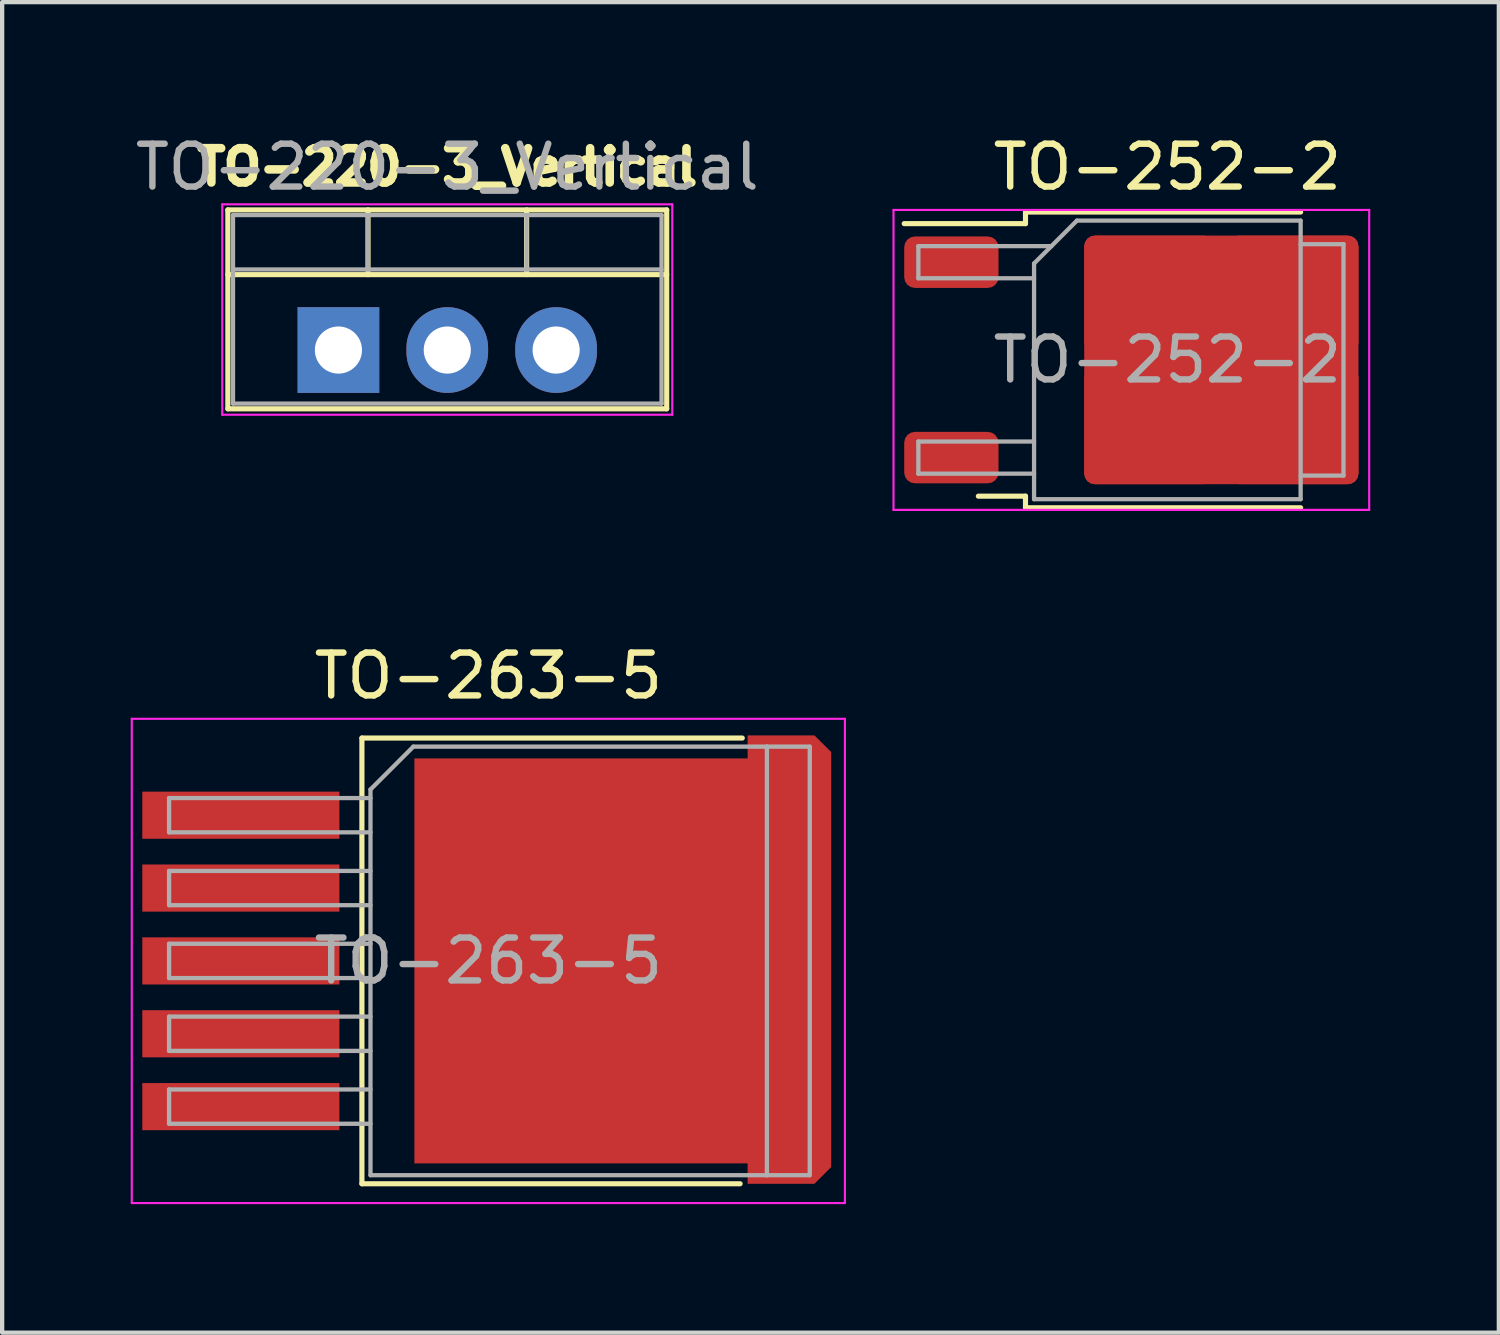
<source format=kicad_pcb>
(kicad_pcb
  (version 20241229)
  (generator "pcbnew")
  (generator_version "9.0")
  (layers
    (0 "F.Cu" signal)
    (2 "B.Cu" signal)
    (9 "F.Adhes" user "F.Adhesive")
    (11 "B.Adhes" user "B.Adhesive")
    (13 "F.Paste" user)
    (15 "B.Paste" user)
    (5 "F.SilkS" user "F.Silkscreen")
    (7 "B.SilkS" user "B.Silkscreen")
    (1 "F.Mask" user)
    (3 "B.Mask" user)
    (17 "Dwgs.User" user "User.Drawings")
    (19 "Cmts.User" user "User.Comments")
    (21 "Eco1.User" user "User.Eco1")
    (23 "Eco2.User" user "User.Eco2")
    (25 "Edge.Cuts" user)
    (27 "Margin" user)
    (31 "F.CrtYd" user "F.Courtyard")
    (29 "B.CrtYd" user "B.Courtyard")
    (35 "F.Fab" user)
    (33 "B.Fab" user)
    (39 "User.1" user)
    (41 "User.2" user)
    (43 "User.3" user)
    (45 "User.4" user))
  (footprint "TO-263-5"
    (layer "F.Cu")
    (at 8.345 19.372)
    (property "Reference" "TO-263-5" (at 0 -6.65 0) (layer "F.SilkS") (effects (font (size 1 1) (thickness 0.15))))
    (attr smd)
    (fp_line (start -2.95 -5.2) (end -2.95 5.2) (stroke (width 0.12) (type solid)) (layer "F.SilkS"))
    (fp_line (start 5.875 5.2) (end -2.95 5.2) (stroke (width 0.12) (type solid)) (layer "F.SilkS"))
    (fp_line (start 5.925 -5.2) (end -2.95 -5.2) (stroke (width 0.12) (type solid)) (layer "F.SilkS"))
    (fp_line (start -8.32 -5.65) (end -8.32 5.65) (stroke (width 0.05) (type solid)) (layer "F.CrtYd"))
    (fp_line (start -8.32 5.65) (end 8.32 5.65) (stroke (width 0.05) (type solid)) (layer "F.CrtYd"))
    (fp_line (start 8.32 -5.65) (end -8.32 -5.65) (stroke (width 0.05) (type solid)) (layer "F.CrtYd"))
    (fp_line (start 8.32 5.65) (end 8.32 -5.65) (stroke (width 0.05) (type solid)) (layer "F.CrtYd"))
    (fp_line (start -7.45 -3.8) (end -7.45 -3) (stroke (width 0.1) (type solid)) (layer "F.Fab"))
    (fp_line (start -7.45 -3) (end -2.75 -3) (stroke (width 0.1) (type solid)) (layer "F.Fab"))
    (fp_line (start -7.45 -2.1) (end -7.45 -1.3) (stroke (width 0.1) (type solid)) (layer "F.Fab"))
    (fp_line (start -7.45 -1.3) (end -2.75 -1.3) (stroke (width 0.1) (type solid)) (layer "F.Fab"))
    (fp_line (start -7.45 -0.4) (end -7.45 0.4) (stroke (width 0.1) (type solid)) (layer "F.Fab"))
    (fp_line (start -7.45 0.4) (end -2.75 0.4) (stroke (width 0.1) (type solid)) (layer "F.Fab"))
    (fp_line (start -7.45 1.3) (end -7.45 2.1) (stroke (width 0.1) (type solid)) (layer "F.Fab"))
    (fp_line (start -7.45 2.1) (end -2.75 2.1) (stroke (width 0.1) (type solid)) (layer "F.Fab"))
    (fp_line (start -7.45 3) (end -7.45 3.8) (stroke (width 0.1) (type solid)) (layer "F.Fab"))
    (fp_line (start -7.45 3.8) (end -2.75 3.8) (stroke (width 0.1) (type solid)) (layer "F.Fab"))
    (fp_line (start -2.75 -4) (end -1.75 -5) (stroke (width 0.1) (type solid)) (layer "F.Fab"))
    (fp_line (start -2.75 -3.8) (end -7.45 -3.8) (stroke (width 0.1) (type solid)) (layer "F.Fab"))
    (fp_line (start -2.75 -2.1) (end -7.45 -2.1) (stroke (width 0.1) (type solid)) (layer "F.Fab"))
    (fp_line (start -2.75 -0.4) (end -7.45 -0.4) (stroke (width 0.1) (type solid)) (layer "F.Fab"))
    (fp_line (start -2.75 1.3) (end -7.45 1.3) (stroke (width 0.1) (type solid)) (layer "F.Fab"))
    (fp_line (start -2.75 3) (end -7.45 3) (stroke (width 0.1) (type solid)) (layer "F.Fab"))
    (fp_line (start -2.75 5) (end -2.75 -4) (stroke (width 0.1) (type solid)) (layer "F.Fab"))
    (fp_line (start -1.75 -5) (end 6.5 -5) (stroke (width 0.1) (type solid)) (layer "F.Fab"))
    (fp_line (start 6.5 -5) (end 6.5 5) (stroke (width 0.1) (type solid)) (layer "F.Fab"))
    (fp_line (start 6.5 -5) (end 7.5 -5) (stroke (width 0.1) (type solid)) (layer "F.Fab"))
    (fp_line (start 6.5 5) (end -2.75 5) (stroke (width 0.1) (type solid)) (layer "F.Fab"))
    (fp_line (start 7.5 -5) (end 7.5 5) (stroke (width 0.1) (type solid)) (layer "F.Fab"))
    (fp_line (start 7.5 5) (end 6.5 5) (stroke (width 0.1) (type solid)) (layer "F.Fab"))
    (fp_text user "${REFERENCE}" (at 0 0 0) (layer "F.Fab") (effects (font (size 1 1) (thickness 0.15))))
    (pad "1" smd rect (at -5.775 -3.4) (size 4.6 1.1) (layers "F.Cu" "F.Mask" "F.Paste"))
    (pad "2" smd rect (at -5.775 -1.7) (size 4.6 1.1) (layers "F.Cu" "F.Mask" "F.Paste"))
    (pad "3" smd rect (at -5.775 0) (size 4.6 1.1) (layers "F.Cu" "F.Mask" "F.Paste"))
    (pad "3" smd rect (at 3.059 0) (size 9.569 9.45) (layers "F.Cu" "F.Mask"))
    (pad "3" smd roundrect (at 7.025 -0.031) (size 1.95 10.463) (layers "F.Cu" "F.Mask") (roundrect_rratio 0) (chamfer_ratio 0.2) (chamfer top_right bottom_right))
    (pad "4" smd rect (at -5.775 1.7) (size 4.6 1.1) (layers "F.Cu" "F.Mask" "F.Paste"))
    (pad "5" smd rect (at -5.775 3.4) (size 4.6 1.1) (layers "F.Cu" "F.Mask" "F.Paste")))
  (footprint "TO-220-3_Vertical"
    (layer "F.Cu")
    (at 4.847 5.118)
    (property "Reference" "TO-220-3_Vertical" (at 2.54 -4.27 180) (layer "F.SilkS") (effects (font (size 0.8 0.8) (thickness 0.3))))
    (attr through_hole)
    (fp_line (start -2.58 -3.27) (end -2.58 1.371) (stroke (width 0.12) (type solid)) (layer "F.SilkS"))
    (fp_line (start -2.58 -3.27) (end 7.66 -3.27) (stroke (width 0.12) (type solid)) (layer "F.SilkS"))
    (fp_line (start -2.58 -1.76) (end 7.66 -1.76) (stroke (width 0.12) (type solid)) (layer "F.SilkS"))
    (fp_line (start -2.58 1.371) (end 7.66 1.371) (stroke (width 0.12) (type solid)) (layer "F.SilkS"))
    (fp_line (start 0.69 -3.27) (end 0.69 -1.76) (stroke (width 0.12) (type solid)) (layer "F.SilkS"))
    (fp_line (start 4.391 -3.27) (end 4.391 -1.76) (stroke (width 0.12) (type solid)) (layer "F.SilkS"))
    (fp_line (start 7.66 -3.27) (end 7.66 1.371) (stroke (width 0.12) (type solid)) (layer "F.SilkS"))
    (fp_line (start -2.71 -3.4) (end -2.71 1.51) (stroke (width 0.05) (type solid)) (layer "F.CrtYd"))
    (fp_line (start -2.71 1.51) (end 7.79 1.51) (stroke (width 0.05) (type solid)) (layer "F.CrtYd"))
    (fp_line (start 7.79 -3.4) (end -2.71 -3.4) (stroke (width 0.05) (type solid)) (layer "F.CrtYd"))
    (fp_line (start 7.79 1.51) (end 7.79 -3.4) (stroke (width 0.05) (type solid)) (layer "F.CrtYd"))
    (fp_line (start -2.46 -3.15) (end -2.46 1.25) (stroke (width 0.1) (type solid)) (layer "F.Fab"))
    (fp_line (start -2.46 -1.88) (end 7.54 -1.88) (stroke (width 0.1) (type solid)) (layer "F.Fab"))
    (fp_line (start -2.46 1.25) (end 7.54 1.25) (stroke (width 0.1) (type solid)) (layer "F.Fab"))
    (fp_line (start 0.69 -3.15) (end 0.69 -1.88) (stroke (width 0.1) (type solid)) (layer "F.Fab"))
    (fp_line (start 4.39 -3.15) (end 4.39 -1.88) (stroke (width 0.1) (type solid)) (layer "F.Fab"))
    (fp_line (start 7.54 -3.15) (end -2.46 -3.15) (stroke (width 0.1) (type solid)) (layer "F.Fab"))
    (fp_line (start 7.54 1.25) (end 7.54 -3.15) (stroke (width 0.1) (type solid)) (layer "F.Fab"))
    (fp_text user "${REFERENCE}" (at 2.54 -4.27 180) (layer "F.Fab") (effects (font (size 1 1) (thickness 0.15))))
    (pad "1" thru_hole rect (at 0 0) (size 1.905 2) (drill 1.1) (layers "*.Cu" "*.Mask"))
    (pad "2" thru_hole oval (at 2.54 0) (size 1.905 2) (drill 1.1) (layers "*.Cu" "*.Mask"))
    (pad "3" thru_hole oval (at 5.08 0) (size 1.905 2) (drill 1.1) (layers "*.Cu" "*.Mask")))
  (footprint "TO-252-2"
    (layer "F.Cu")
    (at 24.189 5.348)
    (property "Reference" "TO-252-2" (at 0 -4.5 0) (layer "F.SilkS") (effects (font (size 1 1) (thickness 0.15))))
    (attr smd)
    (fp_line (start -3.31 -3.45) (end -3.31 -3.18) (stroke (width 0.12) (type solid)) (layer "F.SilkS"))
    (fp_line (start -3.31 -3.18) (end -6.14 -3.18) (stroke (width 0.12) (type solid)) (layer "F.SilkS"))
    (fp_line (start -3.31 3.18) (end -4.41 3.18) (stroke (width 0.12) (type solid)) (layer "F.SilkS"))
    (fp_line (start -3.31 3.45) (end -3.31 3.18) (stroke (width 0.12) (type solid)) (layer "F.SilkS"))
    (fp_line (start 3.11 -3.45) (end -3.31 -3.45) (stroke (width 0.12) (type solid)) (layer "F.SilkS"))
    (fp_line (start 3.11 3.45) (end -3.31 3.45) (stroke (width 0.12) (type solid)) (layer "F.SilkS"))
    (fp_line (start -6.39 -3.5) (end -6.39 3.5) (stroke (width 0.05) (type solid)) (layer "F.CrtYd"))
    (fp_line (start -6.39 3.5) (end 4.71 3.5) (stroke (width 0.05) (type solid)) (layer "F.CrtYd"))
    (fp_line (start 4.71 -3.5) (end -6.39 -3.5) (stroke (width 0.05) (type solid)) (layer "F.CrtYd"))
    (fp_line (start 4.71 3.5) (end 4.71 -3.5) (stroke (width 0.05) (type solid)) (layer "F.CrtYd"))
    (fp_line (start -5.81 -2.655) (end -5.81 -1.905) (stroke (width 0.1) (type solid)) (layer "F.Fab"))
    (fp_line (start -5.81 -1.905) (end -3.11 -1.905) (stroke (width 0.1) (type solid)) (layer "F.Fab"))
    (fp_line (start -5.81 1.905) (end -5.81 2.655) (stroke (width 0.1) (type solid)) (layer "F.Fab"))
    (fp_line (start -5.81 2.655) (end -3.11 2.655) (stroke (width 0.1) (type solid)) (layer "F.Fab"))
    (fp_line (start -3.11 -2.25) (end -2.11 -3.25) (stroke (width 0.1) (type solid)) (layer "F.Fab"))
    (fp_line (start -3.11 1.905) (end -5.81 1.905) (stroke (width 0.1) (type solid)) (layer "F.Fab"))
    (fp_line (start -3.11 3.25) (end -3.11 -2.25) (stroke (width 0.1) (type solid)) (layer "F.Fab"))
    (fp_line (start -2.705 -2.655) (end -5.81 -2.655) (stroke (width 0.1) (type solid)) (layer "F.Fab"))
    (fp_line (start -2.11 -3.25) (end 3.11 -3.25) (stroke (width 0.1) (type solid)) (layer "F.Fab"))
    (fp_line (start 3.11 -3.25) (end 3.11 3.25) (stroke (width 0.1) (type solid)) (layer "F.Fab"))
    (fp_line (start 3.11 -2.7) (end 4.11 -2.7) (stroke (width 0.1) (type solid)) (layer "F.Fab"))
    (fp_line (start 3.11 3.25) (end -3.11 3.25) (stroke (width 0.1) (type solid)) (layer "F.Fab"))
    (fp_line (start 4.11 -2.7) (end 4.11 2.7) (stroke (width 0.1) (type solid)) (layer "F.Fab"))
    (fp_line (start 4.11 2.7) (end 3.11 2.7) (stroke (width 0.1) (type solid)) (layer "F.Fab"))
    (fp_text user "${REFERENCE}" (at 0 0 0) (layer "F.Fab") (effects (font (size 1 1) (thickness 0.15))))
    (pad "1" smd roundrect (at -5.04 -2.28) (size 2.2 1.2) (layers "F.Cu" "F.Mask" "F.Paste") (roundrect_rratio 0.208))
    (pad "2" smd roundrect (at -0.415 -1.525) (size 3.05 2.75) (layers "F.Cu" "F.Paste") (roundrect_rratio 0.091))
    (pad "2" smd roundrect (at -0.415 1.525) (size 3.05 2.75) (layers "F.Cu" "F.Paste") (roundrect_rratio 0.091))
    (pad "2" smd roundrect (at 1.26 0) (size 6.4 5.8) (layers "F.Cu" "F.Mask") (roundrect_rratio 0.043))
    (pad "2" smd roundrect (at 2.935 -1.525) (size 3.05 2.75) (layers "F.Cu" "F.Paste") (roundrect_rratio 0.091))
    (pad "2" smd roundrect (at 2.935 1.525) (size 3.05 2.75) (layers "F.Cu" "F.Paste") (roundrect_rratio 0.091))
    (pad "3" smd roundrect (at -5.04 2.28) (size 2.2 1.2) (layers "F.Cu" "F.Mask" "F.Paste") (roundrect_rratio 0.208)))
  (gr_rect
    (start -3 -3)
    (end 31.924 28.047)
    (stroke (width 0.1) (type default))
    (fill no)
    (layer "Edge.Cuts")))
</source>
